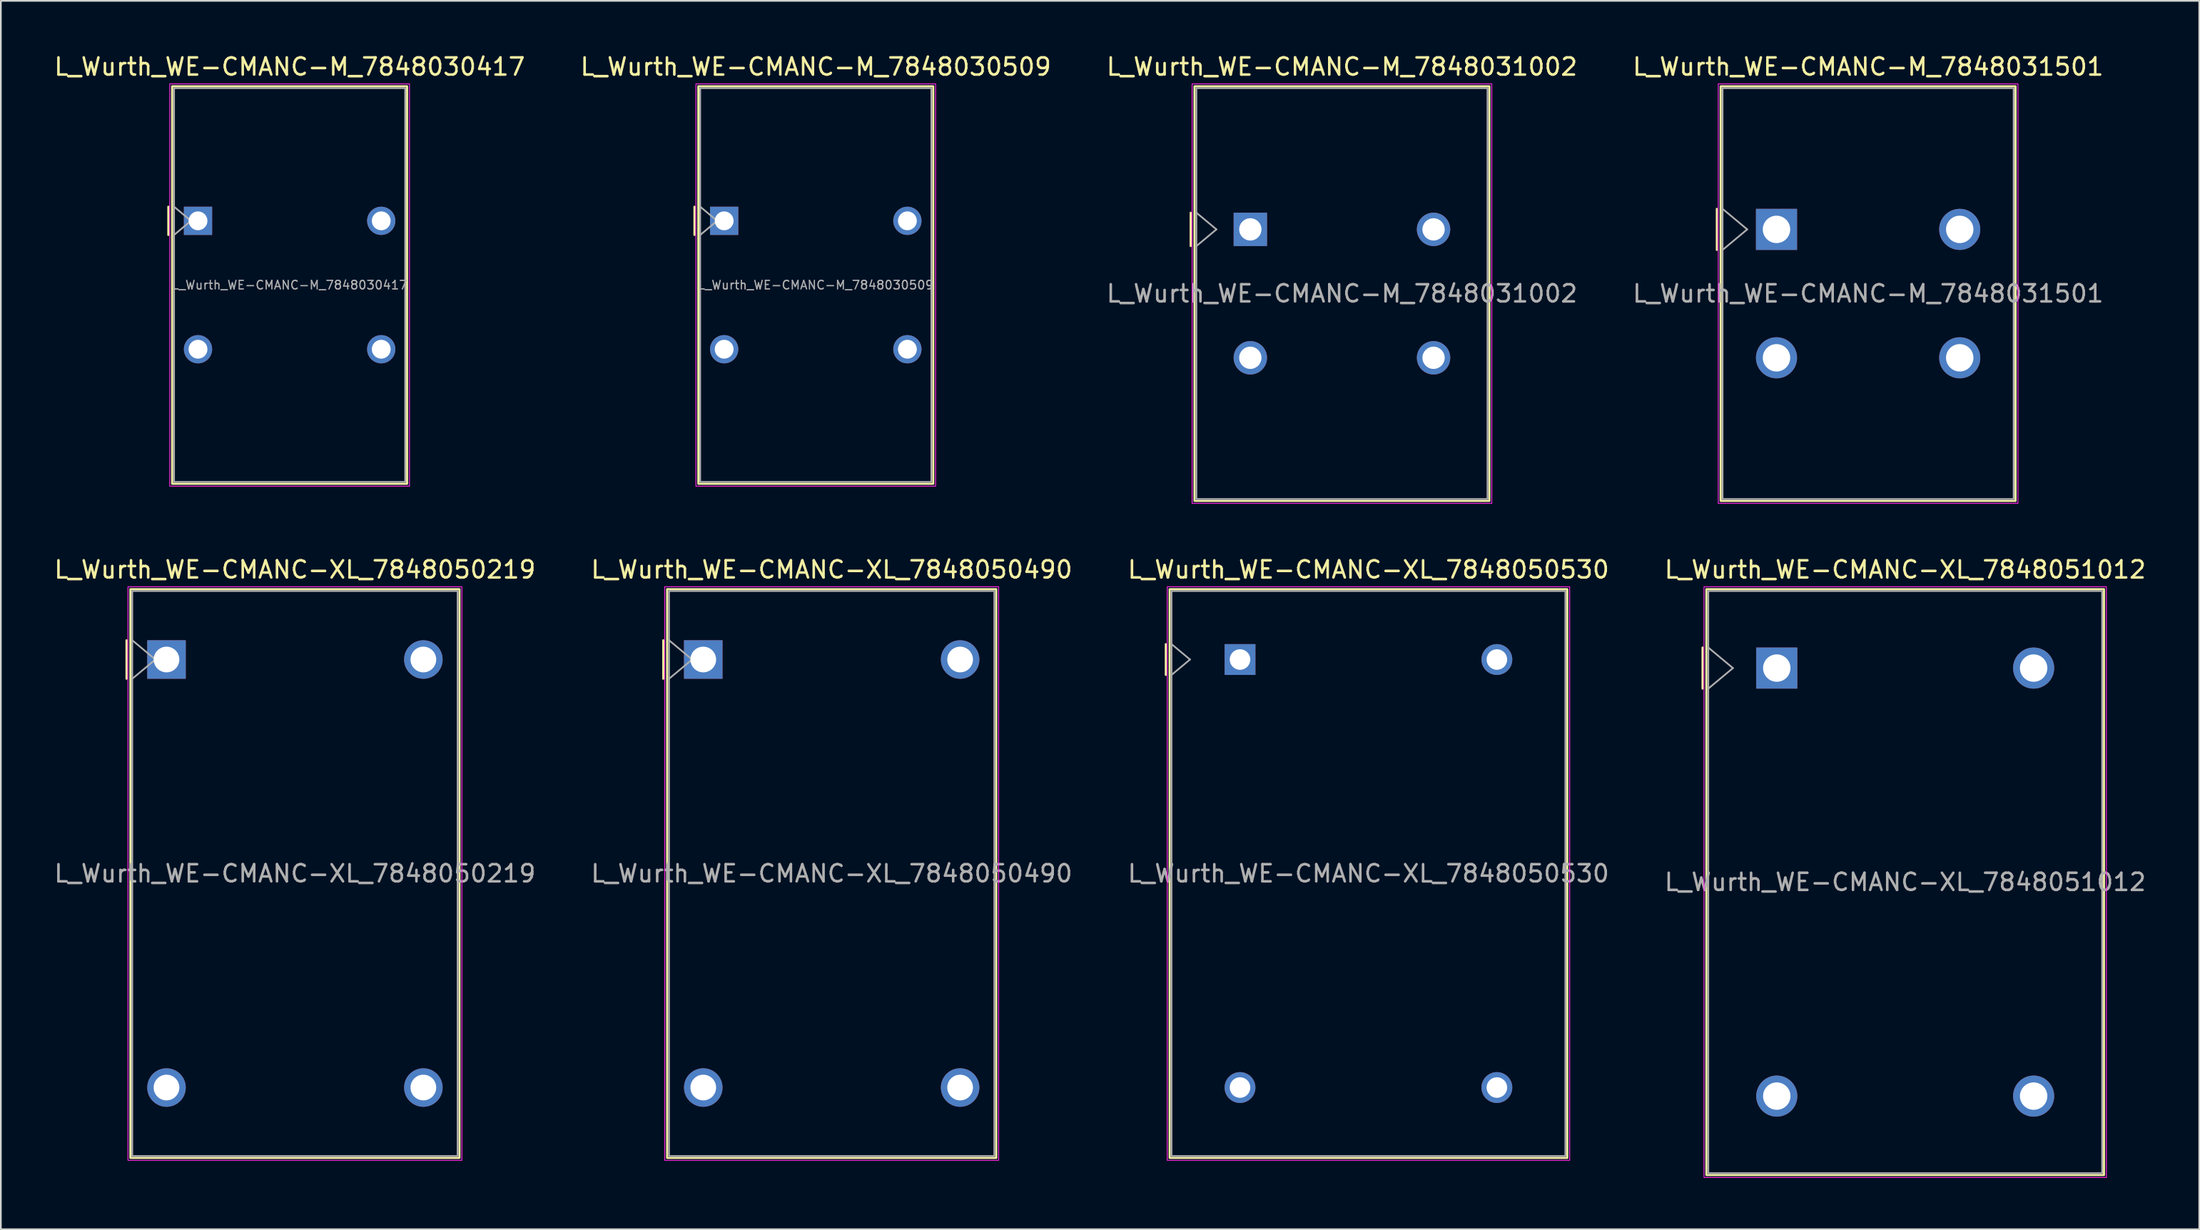
<source format=kicad_pcb>
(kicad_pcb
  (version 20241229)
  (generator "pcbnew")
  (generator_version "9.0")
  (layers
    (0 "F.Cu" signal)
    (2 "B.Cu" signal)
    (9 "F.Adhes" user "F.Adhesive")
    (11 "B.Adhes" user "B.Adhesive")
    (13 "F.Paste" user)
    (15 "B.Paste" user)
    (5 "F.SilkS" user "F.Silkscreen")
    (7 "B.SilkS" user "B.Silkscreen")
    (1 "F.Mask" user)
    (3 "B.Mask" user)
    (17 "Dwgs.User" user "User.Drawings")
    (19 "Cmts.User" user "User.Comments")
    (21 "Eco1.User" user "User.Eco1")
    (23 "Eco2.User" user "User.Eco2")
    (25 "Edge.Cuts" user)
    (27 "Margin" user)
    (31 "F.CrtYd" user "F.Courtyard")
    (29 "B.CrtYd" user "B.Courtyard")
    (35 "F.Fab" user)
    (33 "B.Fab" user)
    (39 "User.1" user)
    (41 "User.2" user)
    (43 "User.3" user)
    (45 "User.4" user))
  (footprint "L_Wurth_WE-CMANC-XL_7848050490"
    (layer "F.Cu")
    (at 38.018 35.471)
    (property "Reference" "L_Wurth_WE-CMANC-XL_7848050490" (at 7.5 -5.25 0) (unlocked yes) (layer "F.SilkS") (effects (font (size 1 1) (thickness 0.15))))
    (attr through_hole)
    (fp_line (start -2.335 -1.125) (end -2.335 1.125) (stroke (width 0.12) (type solid)) (layer "F.SilkS"))
    (fp_rect (start -2.11 -4.11) (end 17.11 29.11) (stroke (width 0.12) (type solid)) (fill no) (layer "F.SilkS"))
    (fp_rect (start -2.25 -4.25) (end 17.25 29.25) (stroke (width 0.05) (type solid)) (fill no) (layer "F.CrtYd"))
    (fp_line (start -2 -1.125) (end -0.65 0) (stroke (width 0.1) (type solid)) (layer "F.Fab"))
    (fp_line (start -2 1.125) (end -0.65 0) (stroke (width 0.1) (type solid)) (layer "F.Fab"))
    (fp_rect (start -2 -4) (end 17 29) (stroke (width 0.1) (type solid)) (fill no) (layer "F.Fab"))
    (fp_text user "${REFERENCE}" (at 7.5 12.5 0) (unlocked yes) (layer "F.Fab") (effects (font (size 1 1) (thickness 0.15))))
    (pad "1" thru_hole rect (at 0 0) (size 2.25 2.25) (drill 1.5) (layers "*.Cu" "*.Mask"))
    (pad "2" thru_hole circle (at 0 25) (size 2.25 2.25) (drill 1.5) (layers "*.Cu" "*.Mask"))
    (pad "3" thru_hole circle (at 15 25) (size 2.25 2.25) (drill 1.5) (layers "*.Cu" "*.Mask"))
    (pad "4" thru_hole circle (at 15 0) (size 2.25 2.25) (drill 1.5) (layers "*.Cu" "*.Mask")))
  (footprint "L_Wurth_WE-CMANC-M_7848030509"
    (layer "F.Cu")
    (at 39.239 9.848)
    (property "Reference" "L_Wurth_WE-CMANC-M_7848030509" (at 5.35 -9 0) (unlocked yes) (layer "F.SilkS") (effects (font (size 1 1) (thickness 0.15))))
    (attr through_hole)
    (fp_line (start -1.735 -0.825) (end -1.735 0.825) (stroke (width 0.12) (type solid)) (layer "F.SilkS"))
    (fp_rect (start -1.51 -7.86) (end 12.21 15.36) (stroke (width 0.12) (type solid)) (fill no) (layer "F.SilkS"))
    (fp_rect (start -1.65 -8) (end 12.35 15.5) (stroke (width 0.05) (type solid)) (fill no) (layer "F.CrtYd"))
    (fp_line (start -1.4 -0.825) (end -0.41 0) (stroke (width 0.1) (type solid)) (layer "F.Fab"))
    (fp_line (start -1.4 0.825) (end -0.41 0) (stroke (width 0.1) (type solid)) (layer "F.Fab"))
    (fp_rect (start -1.4 -7.75) (end 12.1 15.25) (stroke (width 0.1) (type solid)) (fill no) (layer "F.Fab"))
    (fp_text user "${REFERENCE}" (at 5.35 3.75 0) (unlocked yes) (layer "F.Fab") (effects (font (size 0.5 0.5) (thickness 0.075))))
    (pad "1" thru_hole rect (at 0 0) (size 1.65 1.65) (drill 1.1) (layers "*.Cu" "*.Mask"))
    (pad "2" thru_hole circle (at 0 7.5) (size 1.65 1.65) (drill 1.1) (layers "*.Cu" "*.Mask"))
    (pad "3" thru_hole circle (at 10.7 7.5) (size 1.65 1.65) (drill 1.1) (layers "*.Cu" "*.Mask"))
    (pad "4" thru_hole circle (at 10.7 0) (size 1.65 1.65) (drill 1.1) (layers "*.Cu" "*.Mask")))
  (footprint "L_Wurth_WE-CMANC-XL_7848050219"
    (layer "F.Cu")
    (at 6.673 35.471)
    (property "Reference" "L_Wurth_WE-CMANC-XL_7848050219" (at 7.5 -5.25 0) (unlocked yes) (layer "F.SilkS") (effects (font (size 1 1) (thickness 0.15))))
    (attr through_hole)
    (fp_line (start -2.335 -1.125) (end -2.335 1.125) (stroke (width 0.12) (type solid)) (layer "F.SilkS"))
    (fp_rect (start -2.11 -4.11) (end 17.11 29.11) (stroke (width 0.12) (type solid)) (fill no) (layer "F.SilkS"))
    (fp_rect (start -2.25 -4.25) (end 17.25 29.25) (stroke (width 0.05) (type solid)) (fill no) (layer "F.CrtYd"))
    (fp_line (start -2 -1.125) (end -0.65 0) (stroke (width 0.1) (type solid)) (layer "F.Fab"))
    (fp_line (start -2 1.125) (end -0.65 0) (stroke (width 0.1) (type solid)) (layer "F.Fab"))
    (fp_rect (start -2 -4) (end 17 29) (stroke (width 0.1) (type solid)) (fill no) (layer "F.Fab"))
    (fp_text user "${REFERENCE}" (at 7.5 12.5 0) (unlocked yes) (layer "F.Fab") (effects (font (size 1 1) (thickness 0.15))))
    (pad "1" thru_hole rect (at 0 0) (size 2.25 2.25) (drill 1.5) (layers "*.Cu" "*.Mask"))
    (pad "2" thru_hole circle (at 0 25) (size 2.25 2.25) (drill 1.5) (layers "*.Cu" "*.Mask"))
    (pad "3" thru_hole circle (at 15 25) (size 2.25 2.25) (drill 1.5) (layers "*.Cu" "*.Mask"))
    (pad "4" thru_hole circle (at 15 0) (size 2.25 2.25) (drill 1.5) (layers "*.Cu" "*.Mask")))
  (footprint "L_Wurth_WE-CMANC-XL_7848050530"
    (layer "F.Cu")
    (at 69.363 35.471)
    (property "Reference" "L_Wurth_WE-CMANC-XL_7848050530" (at 7.5 -5.25 0) (unlocked yes) (layer "F.SilkS") (effects (font (size 1 1) (thickness 0.15))))
    (attr through_hole)
    (fp_line (start -4.335 -0.9) (end -4.335 0.9) (stroke (width 0.12) (type solid)) (layer "F.SilkS"))
    (fp_rect (start -4.11 -4.11) (end 19.11 29.11) (stroke (width 0.12) (type solid)) (fill no) (layer "F.SilkS"))
    (fp_rect (start -4.25 -4.25) (end 19.25 29.25) (stroke (width 0.05) (type solid)) (fill no) (layer "F.CrtYd"))
    (fp_line (start -4 -0.9) (end -2.92 0) (stroke (width 0.1) (type solid)) (layer "F.Fab"))
    (fp_line (start -4 0.9) (end -2.92 0) (stroke (width 0.1) (type solid)) (layer "F.Fab"))
    (fp_rect (start -4 -4) (end 19 29) (stroke (width 0.1) (type solid)) (fill no) (layer "F.Fab"))
    (fp_text user "${REFERENCE}" (at 7.5 12.5 0) (unlocked yes) (layer "F.Fab") (effects (font (size 1 1) (thickness 0.15))))
    (pad "1" thru_hole rect (at 0 0) (size 1.8 1.8) (drill 1.2) (layers "*.Cu" "*.Mask"))
    (pad "2" thru_hole circle (at 0 25) (size 1.8 1.8) (drill 1.2) (layers "*.Cu" "*.Mask"))
    (pad "3" thru_hole circle (at 15 25) (size 1.8 1.8) (drill 1.2) (layers "*.Cu" "*.Mask"))
    (pad "4" thru_hole circle (at 15 0) (size 1.8 1.8) (drill 1.2) (layers "*.Cu" "*.Mask")))
  (footprint "L_Wurth_WE-CMANC-M_7848031002"
    (layer "F.Cu")
    (at 69.965 10.348)
    (property "Reference" "L_Wurth_WE-CMANC-M_7848031002" (at 5.35 -9.5 0) (unlocked yes) (layer "F.SilkS") (effects (font (size 1 1) (thickness 0.15))))
    (attr through_hole)
    (fp_line (start -3.485 -0.975) (end -3.485 0.975) (stroke (width 0.12) (type solid)) (layer "F.SilkS"))
    (fp_rect (start -3.26 -8.36) (end 13.96 15.86) (stroke (width 0.12) (type solid)) (fill no) (layer "F.SilkS"))
    (fp_rect (start -3.4 -8.5) (end 14.1 16) (stroke (width 0.05) (type solid)) (fill no) (layer "F.CrtYd"))
    (fp_line (start -3.15 -0.975) (end -1.98 0) (stroke (width 0.1) (type solid)) (layer "F.Fab"))
    (fp_line (start -3.15 0.975) (end -1.98 0) (stroke (width 0.1) (type solid)) (layer "F.Fab"))
    (fp_rect (start -3.15 -8.25) (end 13.85 15.75) (stroke (width 0.1) (type solid)) (fill no) (layer "F.Fab"))
    (fp_text user "${REFERENCE}" (at 5.35 3.75 0) (unlocked yes) (layer "F.Fab") (effects (font (size 1 1) (thickness 0.15))))
    (pad "1" thru_hole rect (at 0 0) (size 1.95 1.95) (drill 1.3) (layers "*.Cu" "*.Mask"))
    (pad "2" thru_hole circle (at 0 7.5) (size 1.95 1.95) (drill 1.3) (layers "*.Cu" "*.Mask"))
    (pad "3" thru_hole circle (at 10.7 7.5) (size 1.95 1.95) (drill 1.3) (layers "*.Cu" "*.Mask"))
    (pad "4" thru_hole circle (at 10.7 0) (size 1.95 1.95) (drill 1.3) (layers "*.Cu" "*.Mask")))
  (footprint "L_Wurth_WE-CMANC-XL_7848051012"
    (layer "F.Cu")
    (at 100.708 35.971)
    (property "Reference" "L_Wurth_WE-CMANC-XL_7848051012" (at 7.5 -5.75 0) (unlocked yes) (layer "F.SilkS") (effects (font (size 1 1) (thickness 0.15))))
    (attr through_hole)
    (fp_line (start -4.335 -1.2) (end -4.335 1.2) (stroke (width 0.12) (type solid)) (layer "F.SilkS"))
    (fp_rect (start -4.11 -4.61) (end 19.11 29.61) (stroke (width 0.12) (type solid)) (fill no) (layer "F.SilkS"))
    (fp_rect (start -4.25 -4.75) (end 19.25 29.75) (stroke (width 0.05) (type solid)) (fill no) (layer "F.CrtYd"))
    (fp_line (start -4 -1.2) (end -2.56 0) (stroke (width 0.1) (type solid)) (layer "F.Fab"))
    (fp_line (start -4 1.2) (end -2.56 0) (stroke (width 0.1) (type solid)) (layer "F.Fab"))
    (fp_rect (start -4 -4.5) (end 19 29.5) (stroke (width 0.1) (type solid)) (fill no) (layer "F.Fab"))
    (fp_text user "${REFERENCE}" (at 7.5 12.5 0) (unlocked yes) (layer "F.Fab") (effects (font (size 1 1) (thickness 0.15))))
    (pad "1" thru_hole rect (at 0 0) (size 2.4 2.4) (drill 1.6) (layers "*.Cu" "*.Mask"))
    (pad "2" thru_hole circle (at 0 25) (size 2.4 2.4) (drill 1.6) (layers "*.Cu" "*.Mask"))
    (pad "3" thru_hole circle (at 15 25) (size 2.4 2.4) (drill 1.6) (layers "*.Cu" "*.Mask"))
    (pad "4" thru_hole circle (at 15 0) (size 2.4 2.4) (drill 1.6) (layers "*.Cu" "*.Mask")))
  (footprint "L_Wurth_WE-CMANC-M_7848030417"
    (layer "F.Cu")
    (at 8.513 9.848)
    (property "Reference" "L_Wurth_WE-CMANC-M_7848030417" (at 5.35 -9 0) (unlocked yes) (layer "F.SilkS") (effects (font (size 1 1) (thickness 0.15))))
    (attr through_hole)
    (fp_line (start -1.735 -0.825) (end -1.735 0.825) (stroke (width 0.12) (type solid)) (layer "F.SilkS"))
    (fp_rect (start -1.51 -7.86) (end 12.21 15.36) (stroke (width 0.12) (type solid)) (fill no) (layer "F.SilkS"))
    (fp_rect (start -1.65 -8) (end 12.35 15.5) (stroke (width 0.05) (type solid)) (fill no) (layer "F.CrtYd"))
    (fp_line (start -1.4 -0.825) (end -0.41 0) (stroke (width 0.1) (type solid)) (layer "F.Fab"))
    (fp_line (start -1.4 0.825) (end -0.41 0) (stroke (width 0.1) (type solid)) (layer "F.Fab"))
    (fp_rect (start -1.4 -7.75) (end 12.1 15.25) (stroke (width 0.1) (type solid)) (fill no) (layer "F.Fab"))
    (fp_text user "${REFERENCE}" (at 5.35 3.75 0) (unlocked yes) (layer "F.Fab") (effects (font (size 0.5 0.5) (thickness 0.075))))
    (pad "1" thru_hole rect (at 0 0) (size 1.65 1.65) (drill 1.1) (layers "*.Cu" "*.Mask"))
    (pad "2" thru_hole circle (at 0 7.5) (size 1.65 1.65) (drill 1.1) (layers "*.Cu" "*.Mask"))
    (pad "3" thru_hole circle (at 10.7 7.5) (size 1.65 1.65) (drill 1.1) (layers "*.Cu" "*.Mask"))
    (pad "4" thru_hole circle (at 10.7 0) (size 1.65 1.65) (drill 1.1) (layers "*.Cu" "*.Mask")))
  (footprint "L_Wurth_WE-CMANC-M_7848031501"
    (layer "F.Cu")
    (at 100.692 10.348)
    (property "Reference" "L_Wurth_WE-CMANC-M_7848031501" (at 5.35 -9.5 0) (unlocked yes) (layer "F.SilkS") (effects (font (size 1 1) (thickness 0.15))))
    (attr through_hole)
    (fp_line (start -3.485 -1.2) (end -3.485 1.2) (stroke (width 0.12) (type solid)) (layer "F.SilkS"))
    (fp_rect (start -3.26 -8.36) (end 13.96 15.86) (stroke (width 0.12) (type solid)) (fill no) (layer "F.SilkS"))
    (fp_rect (start -3.4 -8.5) (end 14.1 16) (stroke (width 0.05) (type solid)) (fill no) (layer "F.CrtYd"))
    (fp_line (start -3.15 -1.2) (end -1.71 0) (stroke (width 0.1) (type solid)) (layer "F.Fab"))
    (fp_line (start -3.15 1.2) (end -1.71 0) (stroke (width 0.1) (type solid)) (layer "F.Fab"))
    (fp_rect (start -3.15 -8.25) (end 13.85 15.75) (stroke (width 0.1) (type solid)) (fill no) (layer "F.Fab"))
    (fp_text user "${REFERENCE}" (at 5.35 3.75 0) (unlocked yes) (layer "F.Fab") (effects (font (size 1 1) (thickness 0.15))))
    (pad "1" thru_hole rect (at 0 0) (size 2.4 2.4) (drill 1.6) (layers "*.Cu" "*.Mask"))
    (pad "2" thru_hole circle (at 0 7.5) (size 2.4 2.4) (drill 1.6) (layers "*.Cu" "*.Mask"))
    (pad "3" thru_hole circle (at 10.7 7.5) (size 2.4 2.4) (drill 1.6) (layers "*.Cu" "*.Mask"))
    (pad "4" thru_hole circle (at 10.7 0) (size 2.4 2.4) (drill 1.6) (layers "*.Cu" "*.Mask")))
  (gr_rect
    (start -3 -3)
    (end 125.381 68.746)
    (stroke (width 0.1) (type default))
    (fill no)
    (layer "Edge.Cuts")))
</source>
